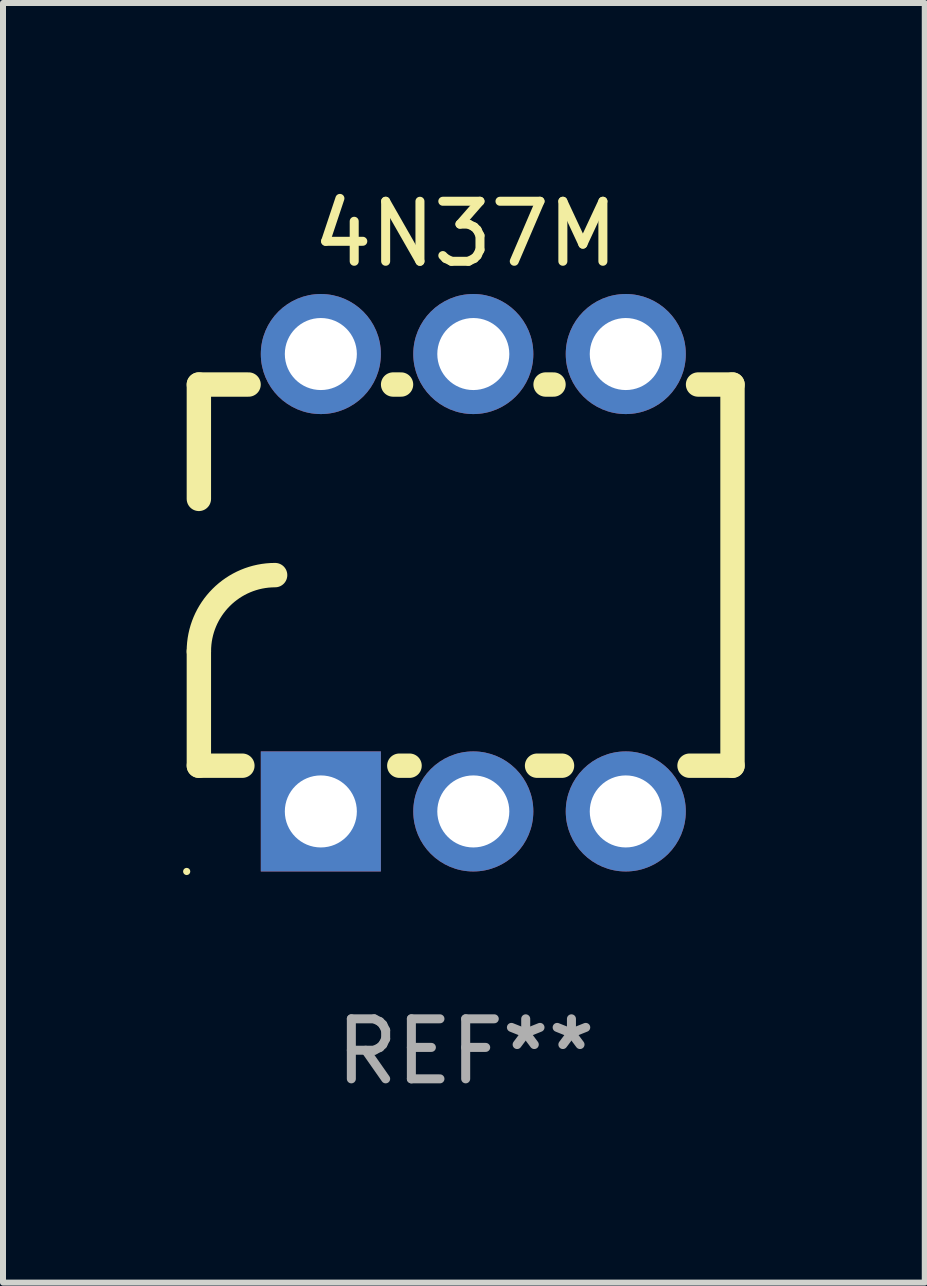
<source format=kicad_pcb>
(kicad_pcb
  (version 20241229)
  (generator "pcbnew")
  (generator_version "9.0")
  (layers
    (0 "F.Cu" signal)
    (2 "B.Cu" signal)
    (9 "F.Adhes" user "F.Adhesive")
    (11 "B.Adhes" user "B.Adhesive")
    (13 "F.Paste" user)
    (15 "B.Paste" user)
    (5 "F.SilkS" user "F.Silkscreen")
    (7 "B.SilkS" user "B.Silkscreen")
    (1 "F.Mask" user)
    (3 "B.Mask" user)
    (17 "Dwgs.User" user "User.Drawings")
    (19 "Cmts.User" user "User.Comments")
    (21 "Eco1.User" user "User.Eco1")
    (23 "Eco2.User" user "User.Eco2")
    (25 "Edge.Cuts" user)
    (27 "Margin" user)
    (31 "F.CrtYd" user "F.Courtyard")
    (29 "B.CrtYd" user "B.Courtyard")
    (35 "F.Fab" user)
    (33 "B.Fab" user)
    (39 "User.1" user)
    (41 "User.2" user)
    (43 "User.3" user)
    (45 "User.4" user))
  (footprint "4N37M"
    (layer "F.Cu")
    (at 4.708 6.658)
    (property "Reference" "4N37M" (at 0 -5.81 0) (layer "F.SilkS") (effects (font (size 1 1) (thickness 0.15))))
    (attr through_hole)
    (fp_line (start -4.445 -1.397) (end -4.445 -3.302) (stroke (width 0.406) (type solid)) (layer "F.SilkS"))
    (fp_line (start -4.445 3.048) (end -4.445 1.143) (stroke (width 0.406) (type solid)) (layer "F.SilkS"))
    (fp_line (start -4.445 3.048) (end -3.72 3.048) (stroke (width 0.406) (type solid)) (layer "F.SilkS"))
    (fp_line (start -3.617 -3.302) (end -4.445 -3.302) (stroke (width 0.406) (type solid)) (layer "F.SilkS"))
    (fp_line (start -1.106 3.048) (end -0.935 3.048) (stroke (width 0.406) (type solid)) (layer "F.SilkS"))
    (fp_line (start -1.077 -3.302) (end -1.209 -3.302) (stroke (width 0.406) (type solid)) (layer "F.SilkS"))
    (fp_line (start 1.189 3.048) (end 1.605 3.048) (stroke (width 0.406) (type solid)) (layer "F.SilkS"))
    (fp_line (start 1.463 -3.302) (end 1.331 -3.302) (stroke (width 0.406) (type solid)) (layer "F.SilkS"))
    (fp_line (start 3.729 3.048) (end 4.445 3.048) (stroke (width 0.406) (type solid)) (layer "F.SilkS"))
    (fp_line (start 4.445 -3.302) (end 3.871 -3.302) (stroke (width 0.406) (type solid)) (layer "F.SilkS"))
    (fp_line (start 4.445 -3.302) (end 4.445 3.048) (stroke (width 0.406) (type solid)) (layer "F.SilkS"))
    (fp_arc (start -4.444983 1.143002) (mid -4.073008 0.244974) (end -3.17498 -0.127) (stroke (width 0.4064) (type solid)) (layer "F.SilkS"))
    (fp_circle (center -4.648 4.81) (end -4.618 4.81) (stroke (width 0.06) (type solid)) (fill no) (layer "F.SilkS"))
    (fp_text user "REF**" (at 0 7.81 0) (layer "F.Fab") (effects (font (size 1 1) (thickness 0.15))))
    (pad "1" thru_hole rect (at -2.413 3.81 90) (size 2 2) (drill 1.2) (layers "*.Cu" "*.Mask"))
    (pad "2" thru_hole circle (at 0.127 3.81) (size 2 2) (drill 1.2) (layers "*.Cu" "*.Mask"))
    (pad "3" thru_hole circle (at 2.667 3.81) (size 2 2) (drill 1.2) (layers "*.Cu" "*.Mask"))
    (pad "4" thru_hole circle (at 2.667 -3.81) (size 2 2) (drill 1.2) (layers "*.Cu" "*.Mask"))
    (pad "5" thru_hole circle (at 0.127 -3.81) (size 2 2) (drill 1.2) (layers "*.Cu" "*.Mask"))
    (pad "6" thru_hole circle (at -2.413 -3.81) (size 2 2) (drill 1.2) (layers "*.Cu" "*.Mask")))
  (gr_rect
    (start -3 -3)
    (end 12.356 18.317)
    (stroke (width 0.1) (type default))
    (fill no)
    (layer "Edge.Cuts")))
</source>
